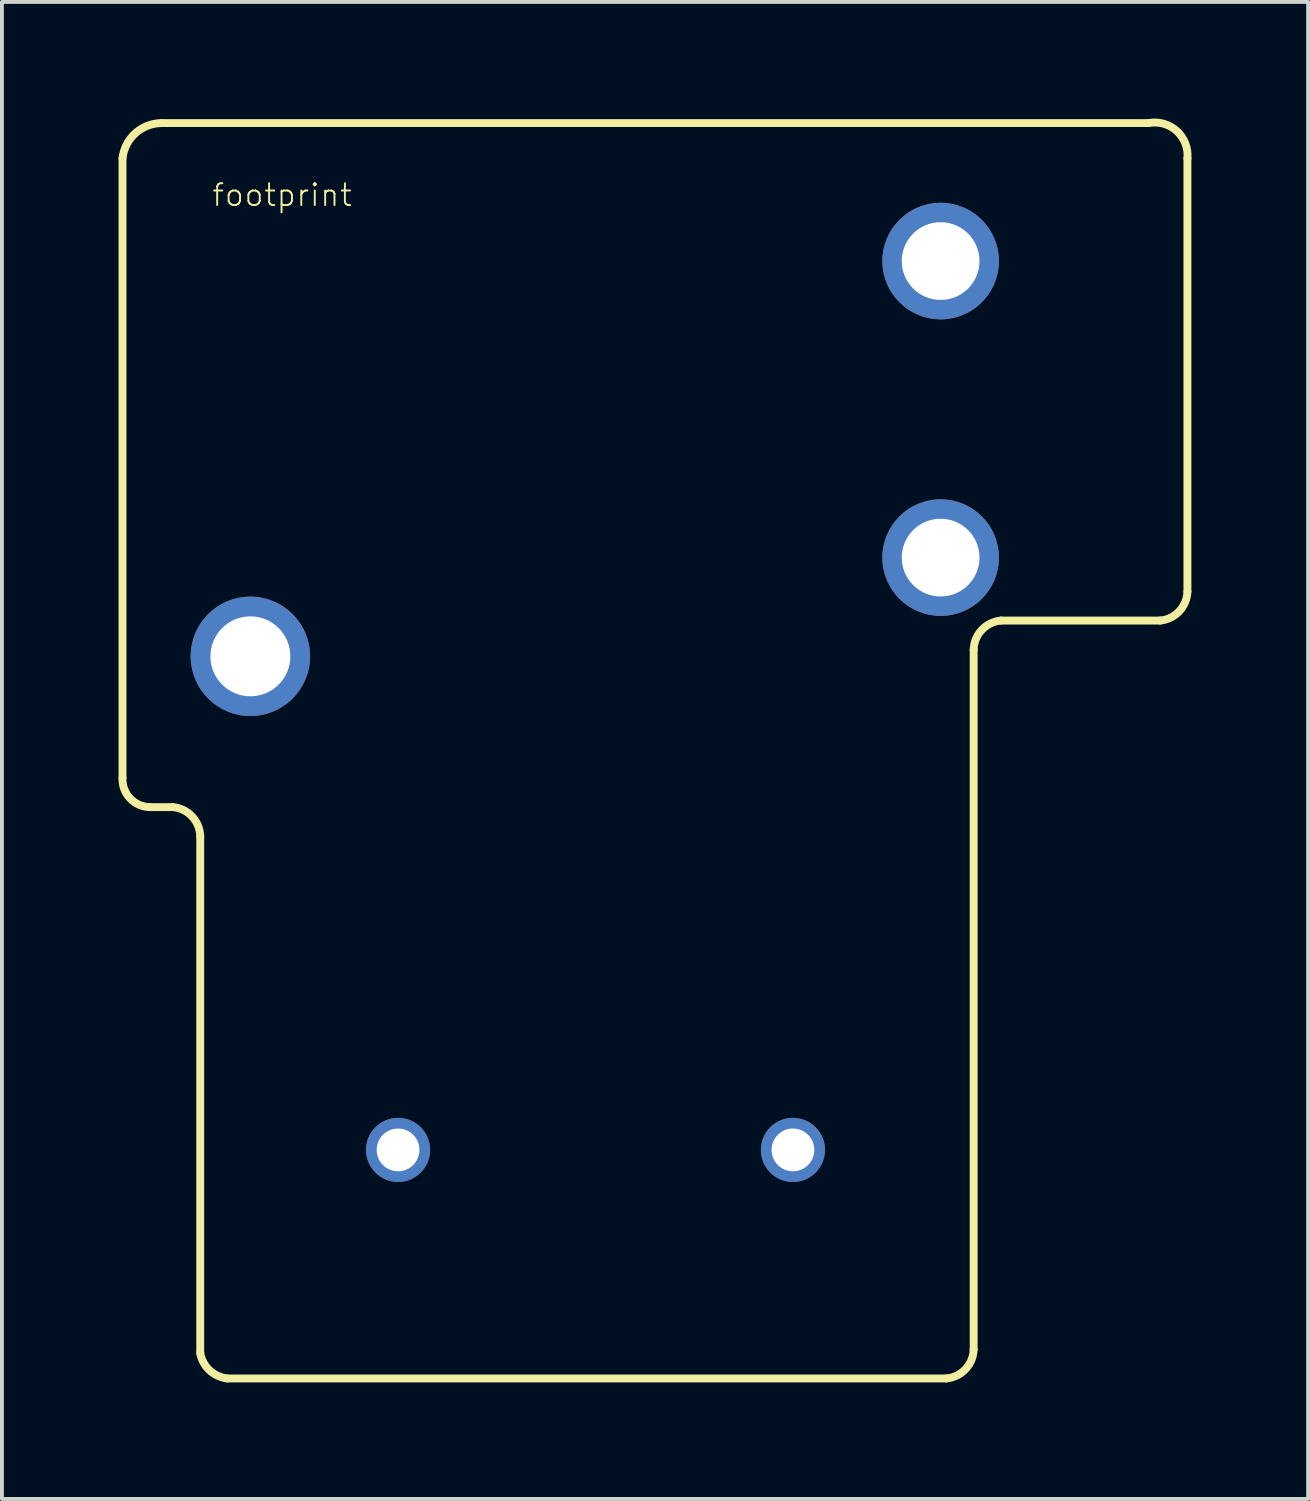
<source format=kicad_pcb>
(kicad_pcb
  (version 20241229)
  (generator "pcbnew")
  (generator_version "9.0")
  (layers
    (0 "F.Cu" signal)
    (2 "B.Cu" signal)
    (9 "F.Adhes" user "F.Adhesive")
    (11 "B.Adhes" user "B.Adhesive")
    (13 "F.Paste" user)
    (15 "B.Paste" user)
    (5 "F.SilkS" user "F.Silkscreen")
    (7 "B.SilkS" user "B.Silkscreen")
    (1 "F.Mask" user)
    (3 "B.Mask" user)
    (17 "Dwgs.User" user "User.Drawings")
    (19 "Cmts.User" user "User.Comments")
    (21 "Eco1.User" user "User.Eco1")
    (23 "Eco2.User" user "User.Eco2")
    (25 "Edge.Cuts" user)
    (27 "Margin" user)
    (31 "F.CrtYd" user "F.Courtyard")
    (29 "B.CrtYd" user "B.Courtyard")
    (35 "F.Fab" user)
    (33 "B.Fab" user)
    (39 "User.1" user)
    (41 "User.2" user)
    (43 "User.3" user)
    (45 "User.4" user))
  (footprint "footprint"
    (layer "F.Cu")
    (at 13.802 16.267)
    (property "Reference" "footprint" (at -11.43 -13.97 0) (layer "F.SilkS") (effects (font (size 0.561 0.561) (thickness 0.049)) (justify left bottom)))
    (fp_line (start -13.7 0.7) (end -13.7 -15.24) (stroke (width 0.203) (type solid)) (layer "F.SilkS"))
    (fp_line (start -13 1.45) (end -12.4 1.45) (stroke (width 0.203) (type solid)) (layer "F.SilkS"))
    (fp_line (start -12.7 -16.15) (end 12.7 -16.15) (stroke (width 0.203) (type solid)) (layer "F.SilkS"))
    (fp_line (start -11.7 2.2) (end -11.7 15.5) (stroke (width 0.203) (type solid)) (layer "F.SilkS"))
    (fp_line (start -11 16.15) (end 7.5 16.15) (stroke (width 0.203) (type solid)) (layer "F.SilkS"))
    (fp_line (start 8.2 -2.6) (end 8.2 15.4) (stroke (width 0.203) (type solid)) (layer "F.SilkS"))
    (fp_line (start 8.9 -3.35) (end 13 -3.35) (stroke (width 0.203) (type solid)) (layer "F.SilkS"))
    (fp_line (start 13.7 -15.24) (end 13.7 -4.1) (stroke (width 0.203) (type solid)) (layer "F.SilkS"))
    (fp_arc (start -13.7 -15.24) (mid -13.373013 -15.885125) (end -12.699998 -16.15) (stroke (width 0.2032) (type solid)) (layer "F.SilkS"))
    (fp_arc (start -13 1.45) (mid -13.508035 1.222499) (end -13.7 0.7) (stroke (width 0.2032) (type solid)) (layer "F.SilkS"))
    (fp_arc (start -12.4 1.45) (mid -11.907431 1.691935) (end -11.699999 2.199999) (stroke (width 0.2032) (type solid)) (layer "F.SilkS"))
    (fp_arc (start -11 16.15) (mid -11.458327 15.941659) (end -11.699999 15.499999) (stroke (width 0.2032) (type solid)) (layer "F.SilkS"))
    (fp_arc (start 8.2 -2.6) (mid 8.407432 -3.108063) (end 8.9 -3.349998) (stroke (width 0.2032) (type solid)) (layer "F.SilkS"))
    (fp_arc (start 8.2 15.4) (mid 7.992568 15.908064) (end 7.499999 16.149999) (stroke (width 0.2032) (type solid)) (layer "F.SilkS"))
    (fp_arc (start 12.7 -16.15) (mid 13.427536 -15.94504) (end 13.7 -15.24) (stroke (width 0.2032) (type solid)) (layer "F.SilkS"))
    (fp_arc (start 13.7 -4.1) (mid 13.492569 -3.591936) (end 13 -3.35) (stroke (width 0.2032) (type solid)) (layer "F.SilkS"))
    (pad "COIL1" thru_hole circle (at -6.61 10.27) (size 1.65 1.65) (drill 1.1) (layers "*.Cu" "*.Mask"))
    (pad "COIL2" thru_hole circle (at 3.55 10.27) (size 1.65 1.65) (drill 1.1) (layers "*.Cu" "*.Mask"))
    (pad "MAIN" thru_hole circle (at -10.41 -2.43) (size 3.073 3.073) (drill 2.057) (layers "*.Cu" "*.Mask"))
    (pad "NC" thru_hole circle (at 7.35 -12.6) (size 3 3) (drill 2) (layers "*.Cu" "*.Mask"))
    (pad "NO" thru_hole circle (at 7.35 -4.97) (size 3 3) (drill 2) (layers "*.Cu" "*.Mask")))
  (gr_rect
    (start -3 -3)
    (end 30.608 35.518)
    (stroke (width 0.1) (type default))
    (fill no)
    (layer "Edge.Cuts")))
</source>
